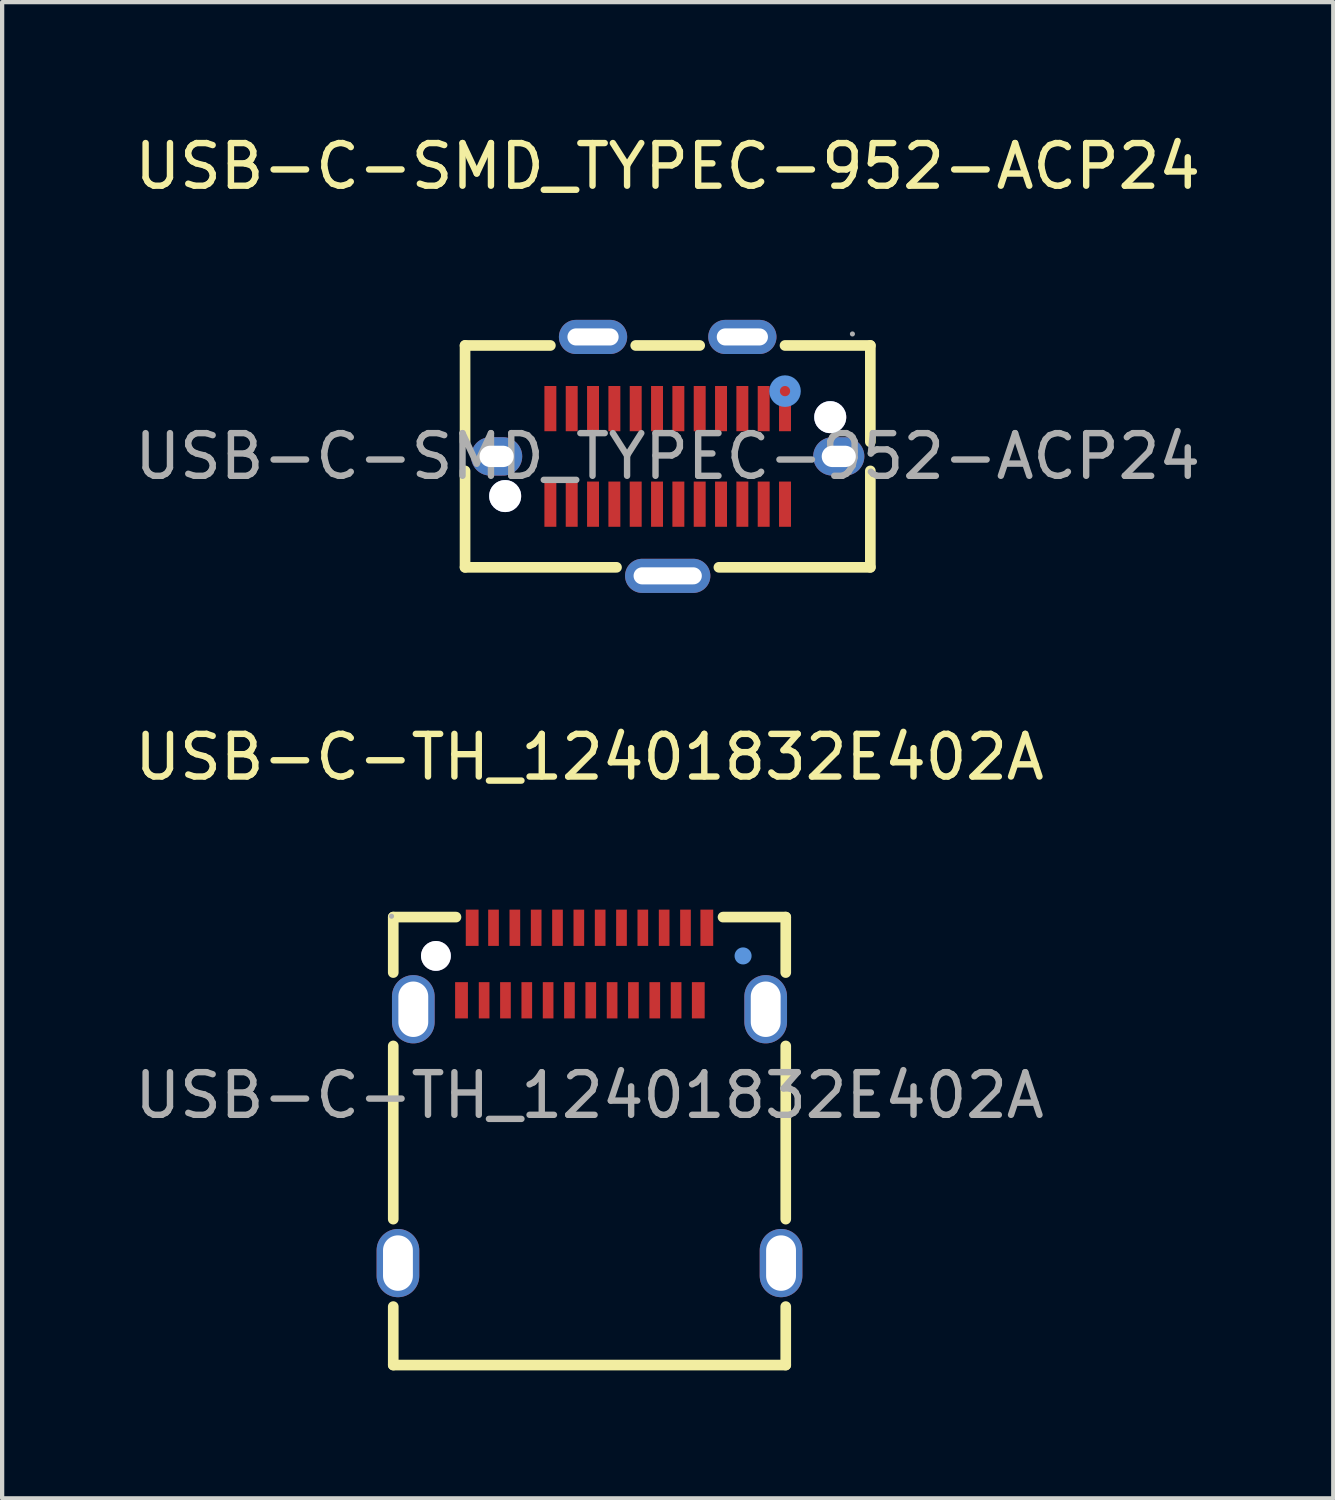
<source format=kicad_pcb>
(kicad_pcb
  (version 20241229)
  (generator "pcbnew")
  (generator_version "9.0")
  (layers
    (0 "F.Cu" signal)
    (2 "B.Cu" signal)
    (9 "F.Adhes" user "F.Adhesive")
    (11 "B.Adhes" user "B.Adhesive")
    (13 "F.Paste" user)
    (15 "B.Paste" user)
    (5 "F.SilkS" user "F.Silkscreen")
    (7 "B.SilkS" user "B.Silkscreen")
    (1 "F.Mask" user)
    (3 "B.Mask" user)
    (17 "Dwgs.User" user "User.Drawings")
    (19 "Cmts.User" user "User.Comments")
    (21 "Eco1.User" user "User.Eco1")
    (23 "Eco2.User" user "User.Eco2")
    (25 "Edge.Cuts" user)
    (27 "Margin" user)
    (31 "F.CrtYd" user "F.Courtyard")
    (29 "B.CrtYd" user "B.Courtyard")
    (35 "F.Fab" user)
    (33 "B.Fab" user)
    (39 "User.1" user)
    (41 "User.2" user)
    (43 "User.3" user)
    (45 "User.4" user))
  (footprint "USB-C-TH_12401832E402A"
    (layer "F.Cu")
    (at 10.768 22.627)
    (property "Reference" "USB-C-TH_12401832E402A" (at 0 -7.93 0) (layer "F.SilkS") (effects (font (size 1 1) (thickness 0.15))))
    (attr through_hole)
    (fp_line (start -4.6 -4.18) (end -4.6 -2.88) (stroke (width 0.25) (type solid)) (layer "F.SilkS"))
    (fp_line (start -4.6 -4.18) (end -3.13 -4.18) (stroke (width 0.25) (type solid)) (layer "F.SilkS"))
    (fp_line (start -4.6 -1.16) (end -4.6 2.9) (stroke (width 0.25) (type solid)) (layer "F.SilkS"))
    (fp_line (start -4.6 4.95) (end -4.6 6.32) (stroke (width 0.25) (type solid)) (layer "F.SilkS"))
    (fp_line (start -4.6 6.32) (end 4.6 6.32) (stroke (width 0.25) (type solid)) (layer "F.SilkS"))
    (fp_line (start 3.13 -4.18) (end 4.6 -4.18) (stroke (width 0.25) (type solid)) (layer "F.SilkS"))
    (fp_line (start 4.6 -4.18) (end 4.6 -2.88) (stroke (width 0.25) (type solid)) (layer "F.SilkS"))
    (fp_line (start 4.6 -1.16) (end 4.6 2.9) (stroke (width 0.25) (type solid)) (layer "F.SilkS"))
    (fp_line (start 4.6 4.95) (end 4.6 6.32) (stroke (width 0.25) (type solid)) (layer "F.SilkS"))
    (fp_circle (center -3.6 -3.27) (end -3.5 -3.27) (stroke (width 0.2) (type solid)) (fill no) (layer "Cmts.User"))
    (fp_circle (center 3.6 -3.27) (end 3.7 -3.27) (stroke (width 0.2) (type solid)) (fill no) (layer "Cmts.User"))
    (fp_circle (center -4.64 -4.2) (end -4.61 -4.2) (stroke (width 0.06) (type solid)) (fill no) (layer "F.Fab"))
    (fp_text user "${REFERENCE}" (at 0 0 0) (layer "F.Fab") (effects (font (size 1 1) (thickness 0.15))))
    (pad "" thru_hole circle (at -3.6 -3.27) (size 0.7 0.7) (drill 0.7) (layers "*.Cu" "*.Mask"))
    (pad "0" thru_hole oval (at -4.49 3.93) (size 1 1.6) (drill oval 0.7 1.3) (layers "*.Cu" "*.Mask"))
    (pad "0" thru_hole oval (at -4.13 -2.02) (size 1 1.6) (drill oval 0.7 1.3) (layers "*.Cu" "*.Mask"))
    (pad "0" thru_hole oval (at 4.13 -2.02) (size 1 1.6) (drill oval 0.7 1.3) (layers "*.Cu" "*.Mask"))
    (pad "0" thru_hole oval (at 4.49 3.93) (size 1 1.6) (drill oval 0.7 1.3) (layers "*.Cu" "*.Mask"))
    (pad "A1" smd rect (at -2.75 -3.93) (size 0.3 0.85) (layers "F.Cu" "F.Mask" "F.Paste"))
    (pad "A2" smd rect (at -2.25 -3.93) (size 0.25 0.85) (layers "F.Cu" "F.Mask" "F.Paste"))
    (pad "A3" smd rect (at -1.75 -3.93) (size 0.25 0.85) (layers "F.Cu" "F.Mask" "F.Paste"))
    (pad "A4" smd rect (at -1.25 -3.93) (size 0.25 0.85) (layers "F.Cu" "F.Mask" "F.Paste"))
    (pad "A5" smd rect (at -0.75 -3.93) (size 0.25 0.85) (layers "F.Cu" "F.Mask" "F.Paste"))
    (pad "A6" smd rect (at -0.25 -3.93) (size 0.25 0.85) (layers "F.Cu" "F.Mask" "F.Paste"))
    (pad "A7" smd rect (at 0.25 -3.93) (size 0.25 0.85) (layers "F.Cu" "F.Mask" "F.Paste"))
    (pad "A8" smd rect (at 0.75 -3.93) (size 0.25 0.85) (layers "F.Cu" "F.Mask" "F.Paste"))
    (pad "A9" smd rect (at 1.25 -3.93) (size 0.25 0.85) (layers "F.Cu" "F.Mask" "F.Paste"))
    (pad "A10" smd rect (at 1.75 -3.93) (size 0.25 0.85) (layers "F.Cu" "F.Mask" "F.Paste"))
    (pad "A11" smd rect (at 2.25 -3.93) (size 0.25 0.85) (layers "F.Cu" "F.Mask" "F.Paste"))
    (pad "A12" smd rect (at 2.75 -3.93) (size 0.3 0.85) (layers "F.Cu" "F.Mask" "F.Paste"))
    (pad "B1" smd rect (at 2.55 -2.23 180) (size 0.3 0.85) (layers "F.Cu" "F.Mask" "F.Paste"))
    (pad "B2" smd rect (at 2.03 -2.23 180) (size 0.25 0.85) (layers "F.Cu" "F.Mask" "F.Paste"))
    (pad "B3" smd rect (at 1.53 -2.23 180) (size 0.25 0.85) (layers "F.Cu" "F.Mask" "F.Paste"))
    (pad "B4" smd rect (at 1.03 -2.23 180) (size 0.25 0.85) (layers "F.Cu" "F.Mask" "F.Paste"))
    (pad "B5" smd rect (at 0.53 -2.23 180) (size 0.25 0.85) (layers "F.Cu" "F.Mask" "F.Paste"))
    (pad "B6" smd rect (at 0.03 -2.23 180) (size 0.25 0.85) (layers "F.Cu" "F.Mask" "F.Paste"))
    (pad "B7" smd rect (at -0.47 -2.23 180) (size 0.25 0.85) (layers "F.Cu" "F.Mask" "F.Paste"))
    (pad "B8" smd rect (at -0.97 -2.23 180) (size 0.25 0.85) (layers "F.Cu" "F.Mask" "F.Paste"))
    (pad "B9" smd rect (at -1.47 -2.23 180) (size 0.25 0.85) (layers "F.Cu" "F.Mask" "F.Paste"))
    (pad "B10" smd rect (at -1.97 -2.23 180) (size 0.25 0.85) (layers "F.Cu" "F.Mask" "F.Paste"))
    (pad "B11" smd rect (at -2.47 -2.23 180) (size 0.25 0.85) (layers "F.Cu" "F.Mask" "F.Paste"))
    (pad "B12" smd rect (at -3 -2.23 180) (size 0.3 0.85) (layers "F.Cu" "F.Mask" "F.Paste")))
  (footprint "USB-C-SMD_TYPEC-952-ACP24"
    (layer "F.Cu")
    (at 12.601 7.648)
    (property "Reference" "USB-C-SMD_TYPEC-952-ACP24" (at 0 -6.8 0) (layer "F.SilkS") (effects (font (size 1 1) (thickness 0.15))))
    (attr smd)
    (fp_line (start -4.75 -2.6) (end -4.75 -0.34) (stroke (width 0.25) (type solid)) (layer "F.SilkS"))
    (fp_line (start -4.75 -2.6) (end -2.75 -2.6) (stroke (width 0.25) (type solid)) (layer "F.SilkS"))
    (fp_line (start -4.75 0.34) (end -4.75 2.6) (stroke (width 0.25) (type solid)) (layer "F.SilkS"))
    (fp_line (start -4.75 2.6) (end -1.2 2.6) (stroke (width 0.25) (type solid)) (layer "F.SilkS"))
    (fp_line (start -0.75 -2.6) (end 0.75 -2.6) (stroke (width 0.25) (type solid)) (layer "F.SilkS"))
    (fp_line (start 1.2 2.6) (end 4.75 2.6) (stroke (width 0.25) (type solid)) (layer "F.SilkS"))
    (fp_line (start 2.75 -2.6) (end 4.75 -2.6) (stroke (width 0.25) (type solid)) (layer "F.SilkS"))
    (fp_line (start 4.75 -2.6) (end 4.75 -0.34) (stroke (width 0.25) (type solid)) (layer "F.SilkS"))
    (fp_line (start 4.75 0.34) (end 4.75 2.6) (stroke (width 0.25) (type solid)) (layer "F.SilkS"))
    (fp_circle (center -3.81 0.93) (end -3.69 0.93) (stroke (width 0.25) (type solid)) (fill no) (layer "Cmts.User"))
    (fp_circle (center 2.75 -1.53) (end 2.87 -1.53) (stroke (width 0.25) (type solid)) (fill no) (layer "Cmts.User"))
    (fp_circle (center 3.81 -0.92) (end 3.93 -0.92) (stroke (width 0.25) (type solid)) (fill no) (layer "Cmts.User"))
    (fp_circle (center 4.33 -2.87) (end 4.36 -2.87) (stroke (width 0.06) (type solid)) (fill no) (layer "F.Fab"))
    (fp_text user "${REFERENCE}" (at 0 0 0) (layer "F.Fab") (effects (font (size 1 1) (thickness 0.15))))
    (pad "" thru_hole circle (at -3.81 0.93) (size 0.75 0.75) (drill 0.75) (layers "*.Cu" "*.Mask"))
    (pad "" thru_hole circle (at 3.81 -0.92) (size 0.75 0.75) (drill 0.75) (layers "*.Cu" "*.Mask"))
    (pad "1" thru_hole oval (at -1.75 -2.8 90) (size 0.8 1.6) (drill oval 0.4 1.2) (layers "*.Cu" "*.Mask"))
    (pad "2" thru_hole oval (at 1.75 -2.8 90) (size 0.8 1.6) (drill oval 0.4 1.2) (layers "*.Cu" "*.Mask"))
    (pad "3" thru_hole oval (at 4.01 0 90) (size 0.9 1.2) (drill oval 0.5 0.8) (layers "*.Cu" "*.Mask"))
    (pad "4" thru_hole oval (at 0 2.8 90) (size 0.8 2) (drill oval 0.4 1.6) (layers "*.Cu" "*.Mask"))
    (pad "5" thru_hole oval (at -4.01 0 90) (size 0.9 1.2) (drill oval 0.5 0.8) (layers "*.Cu" "*.Mask"))
    (pad "A1" smd rect (at 2.75 -1.12) (size 0.28 1.06) (layers "F.Cu" "F.Mask" "F.Paste"))
    (pad "A2" smd rect (at 2.25 -1.12) (size 0.28 1.06) (layers "F.Cu" "F.Mask" "F.Paste"))
    (pad "A3" smd rect (at 1.75 -1.12) (size 0.28 1.06) (layers "F.Cu" "F.Mask" "F.Paste"))
    (pad "A4" smd rect (at 1.25 -1.12) (size 0.28 1.06) (layers "F.Cu" "F.Mask" "F.Paste"))
    (pad "A5" smd rect (at 0.75 -1.12) (size 0.28 1.06) (layers "F.Cu" "F.Mask" "F.Paste"))
    (pad "A6" smd rect (at 0.25 -1.12) (size 0.28 1.06) (layers "F.Cu" "F.Mask" "F.Paste"))
    (pad "A7" smd rect (at -0.25 -1.12) (size 0.28 1.06) (layers "F.Cu" "F.Mask" "F.Paste"))
    (pad "A8" smd rect (at -0.75 -1.12) (size 0.28 1.06) (layers "F.Cu" "F.Mask" "F.Paste"))
    (pad "A9" smd rect (at -1.25 -1.12) (size 0.28 1.06) (layers "F.Cu" "F.Mask" "F.Paste"))
    (pad "A10" smd rect (at -1.75 -1.12) (size 0.28 1.06) (layers "F.Cu" "F.Mask" "F.Paste"))
    (pad "A11" smd rect (at -2.25 -1.12) (size 0.28 1.06) (layers "F.Cu" "F.Mask" "F.Paste"))
    (pad "A12" smd rect (at -2.75 -1.12) (size 0.28 1.06) (layers "F.Cu" "F.Mask" "F.Paste"))
    (pad "B1" smd rect (at -2.75 1.12) (size 0.28 1.06) (layers "F.Cu" "F.Mask" "F.Paste"))
    (pad "B2" smd rect (at -2.25 1.12) (size 0.28 1.06) (layers "F.Cu" "F.Mask" "F.Paste"))
    (pad "B3" smd rect (at -1.75 1.12) (size 0.28 1.06) (layers "F.Cu" "F.Mask" "F.Paste"))
    (pad "B4" smd rect (at -1.25 1.12) (size 0.28 1.06) (layers "F.Cu" "F.Mask" "F.Paste"))
    (pad "B5" smd rect (at -0.75 1.12) (size 0.28 1.06) (layers "F.Cu" "F.Mask" "F.Paste"))
    (pad "B6" smd rect (at -0.25 1.12) (size 0.28 1.06) (layers "F.Cu" "F.Mask" "F.Paste"))
    (pad "B7" smd rect (at 0.25 1.12) (size 0.28 1.06) (layers "F.Cu" "F.Mask" "F.Paste"))
    (pad "B8" smd rect (at 0.75 1.12) (size 0.28 1.06) (layers "F.Cu" "F.Mask" "F.Paste"))
    (pad "B9" smd rect (at 1.25 1.12) (size 0.28 1.06) (layers "F.Cu" "F.Mask" "F.Paste"))
    (pad "B10" smd rect (at 1.75 1.12) (size 0.28 1.06) (layers "F.Cu" "F.Mask" "F.Paste"))
    (pad "B11" smd rect (at 2.25 1.12) (size 0.28 1.06) (layers "F.Cu" "F.Mask" "F.Paste"))
    (pad "B12" smd rect (at 2.75 1.12) (size 0.28 1.06) (layers "F.Cu" "F.Mask" "F.Paste")))
  (gr_rect
    (start -3 -3)
    (end 28.202 32.072)
    (stroke (width 0.1) (type default))
    (fill no)
    (layer "Edge.Cuts")))
</source>
